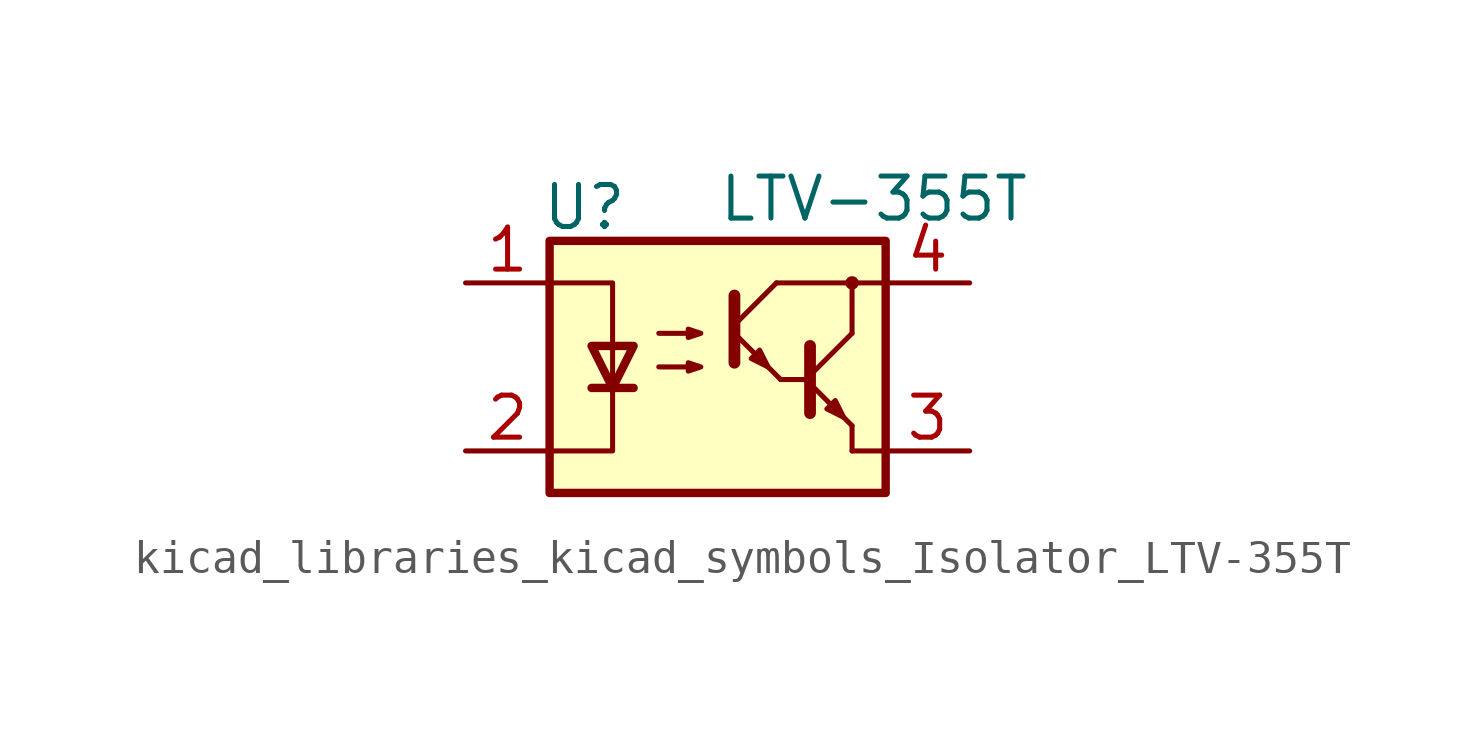
<source format=kicad_sym>
(kicad_symbol_lib
  (version 20220914)
  (generator kicad_symbol_editor)
  (symbol "kicad_libraries_kicad_symbols_Isolator_LTV-355T"
    (pin_names
      (offset 1.016))
    (property "Reference" "U"
      (at -5.334 4.826 0)
      (effects (font (size 1.27 1.27)) (justify left)))
    (property "Value" "LTV-355T"
      (at 0 5.08 0)
      (effects (font (size 1.27 1.27)) (justify left)))
    (symbol "kicad_libraries_kicad_symbols_Isolator_LTV-355T_0_1"
      (rectangle (start -5.08 3.81) (end 5.08 -3.81) (stroke (width 0.254) (type default)) (fill (type background)))
      (polyline (pts (xy -3.81 -0.635) (xy -2.54 -0.635)) (stroke (width 0.254) (type default)) (fill (type none)))
      (polyline (pts (xy 0.508 1.016) (xy 1.905 -0.381)) (stroke (width 0) (type default)) (fill (type none)))
      (polyline (pts (xy 0.508 1.27) (xy 1.778 2.54)) (stroke (width 0) (type default)) (fill (type none)))
      (polyline (pts (xy 0.508 2.159) (xy 0.508 0.127)) (stroke (width 0.356) (type default)) (fill (type none)))
      (polyline (pts (xy 1.778 2.54) (xy 5.08 2.54)) (stroke (width 0) (type default)) (fill (type none)))
      (polyline (pts (xy 2.794 -0.508) (xy 4.064 -1.778)) (stroke (width 0) (type default)) (fill (type none)))
      (polyline (pts (xy 2.794 -0.381) (xy 1.905 -0.381)) (stroke (width 0) (type default)) (fill (type none)))
      (polyline (pts (xy 2.794 -0.254) (xy 4.064 1.016)) (stroke (width 0) (type default)) (fill (type none)))
      (polyline (pts (xy 4.064 -2.54) (xy 5.08 -2.54)) (stroke (width 0) (type default)) (fill (type none)))
      (polyline (pts (xy 4.064 -1.778) (xy 4.064 -2.54)) (stroke (width 0) (type default)) (fill (type none)))
      (polyline (pts (xy 4.064 1.016) (xy 4.064 2.54)) (stroke (width 0) (type default)) (fill (type none)))
      (polyline (pts (xy -5.08 2.54) (xy -3.175 2.54) (xy -3.175 -0.762)) (stroke (width 0) (type default)) (fill (type none)))
      (polyline (pts (xy -3.175 -0.635) (xy -3.175 -2.54) (xy -5.08 -2.54)) (stroke (width 0) (type default)) (fill (type none)))
      (polyline (pts (xy 2.794 0.635) (xy 2.794 -1.397) (xy 2.794 -1.397)) (stroke (width 0.356) (type default)) (fill (type none)))
      (polyline (pts (xy -3.175 -0.635) (xy -3.81 0.635) (xy -2.54 0.635) (xy -3.175 -0.635)) (stroke (width 0.254) (type default)) (fill (type none)))
      (polyline (pts (xy 1.524 0) (xy 1.27 0.508) (xy 1.016 0.254) (xy 1.524 0)) (stroke (width 0) (type default)) (fill (type none)))
      (polyline (pts (xy 3.81 -1.524) (xy 3.556 -1.016) (xy 3.302 -1.27) (xy 3.81 -1.524)) (stroke (width 0) (type default)) (fill (type none)))
      (polyline (pts (xy -1.778 0) (xy -0.508 0) (xy -0.889 -0.127) (xy -0.889 0.127) (xy -0.508 0)) (stroke (width 0) (type default)) (fill (type none)))
      (polyline (pts (xy -1.778 1.016) (xy -0.508 1.016) (xy -0.889 0.889) (xy -0.889 1.143) (xy -0.508 1.016)) (stroke (width 0) (type default)) (fill (type none)))
      (circle (center 4.064 2.54) (radius 0.127) (stroke (width 0) (type default)) (fill (type none))))
    (symbol "kicad_libraries_kicad_symbols_Isolator_LTV-355T_1_1"
      (pin passive line (at -7.62 2.54 0) (length 2.54) (name "~" (effects (font (size 1.27 1.27)))) (number "1" (effects (font (size 1.27 1.27)))))
      (pin passive line (at -7.62 -2.54 0) (length 2.54) (name "~" (effects (font (size 1.27 1.27)))) (number "2" (effects (font (size 1.27 1.27)))))
      (pin passive line (at 7.62 -2.54 180) (length 2.54) (name "~" (effects (font (size 1.27 1.27)))) (number "3" (effects (font (size 1.27 1.27)))))
      (pin passive line (at 7.62 2.54 180) (length 2.54) (name "~" (effects (font (size 1.27 1.27)))) (number "4" (effects (font (size 1.27 1.27))))))))
</source>
